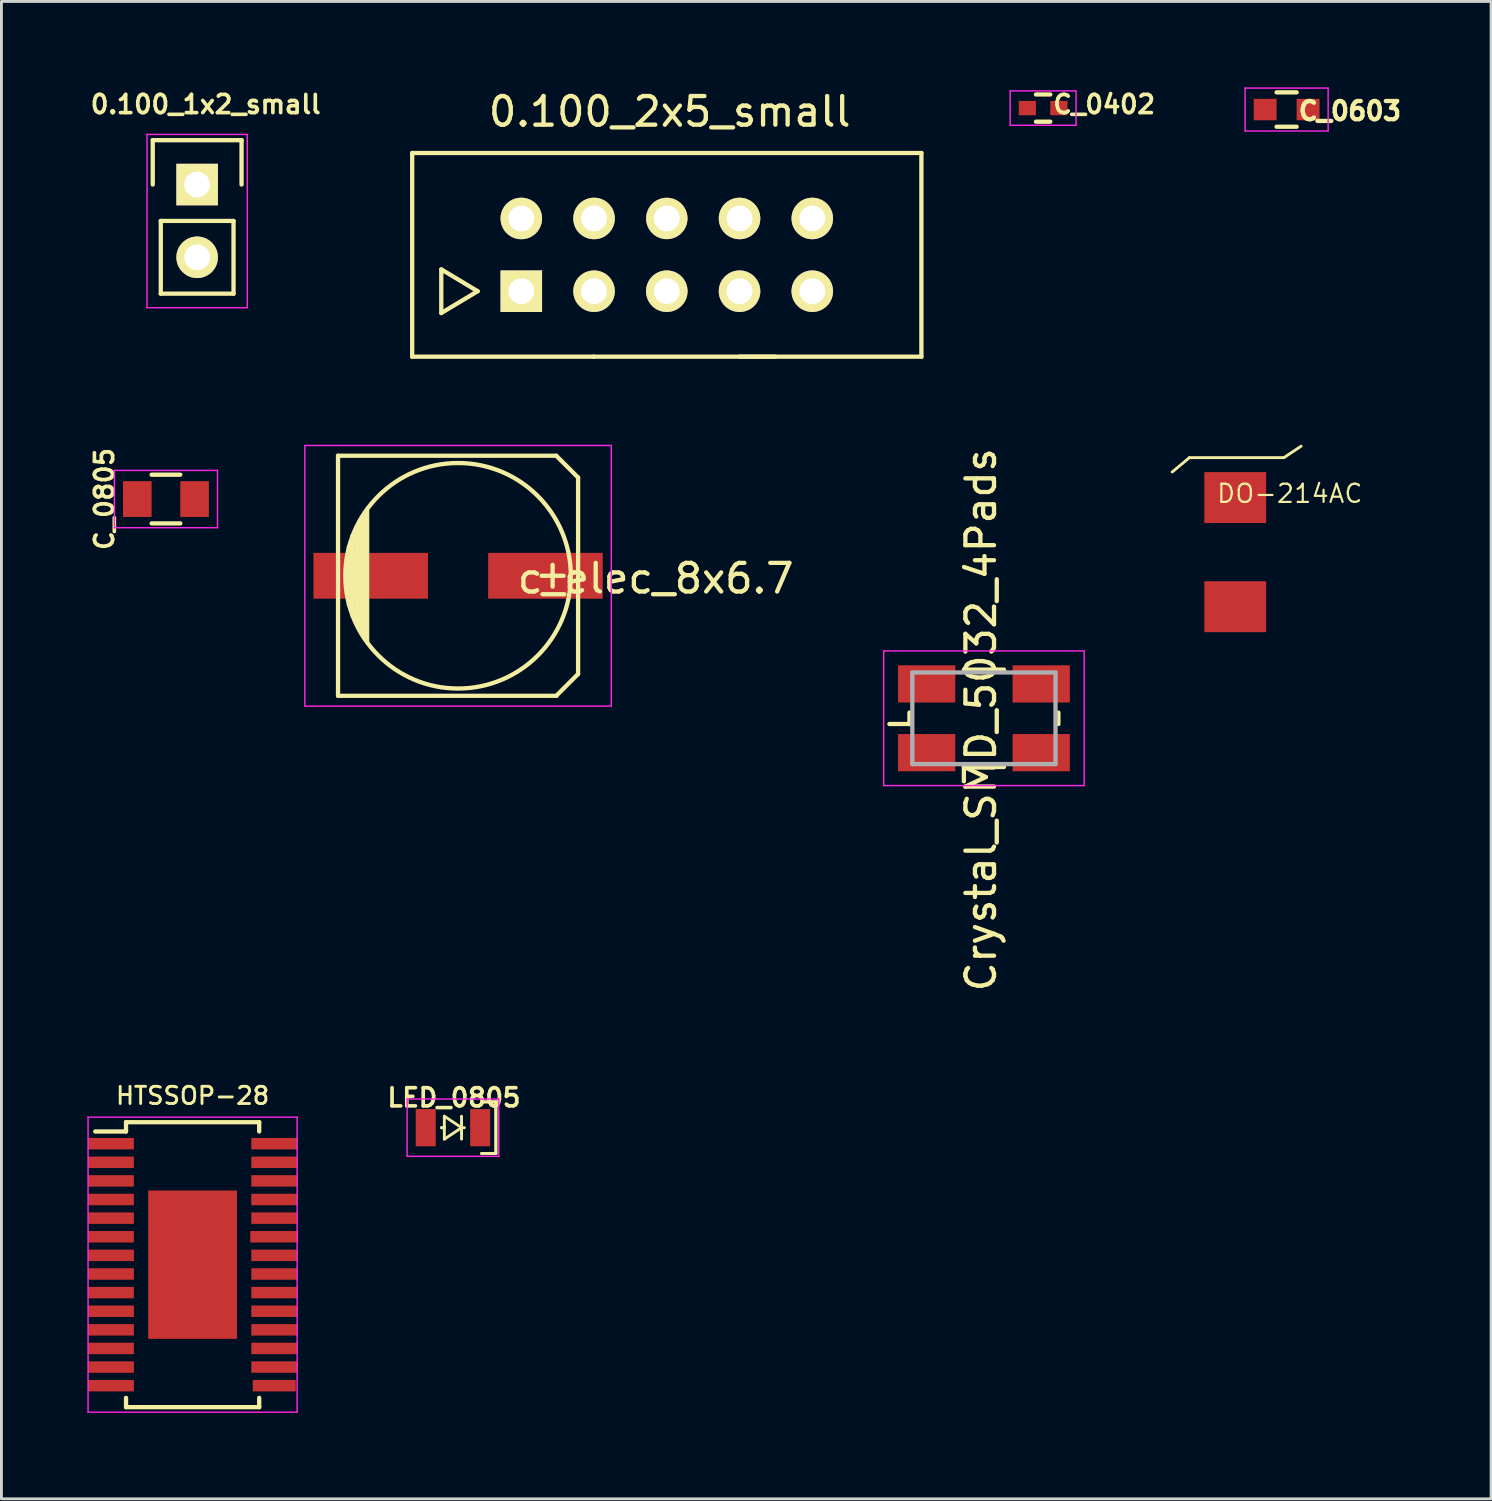
<source format=kicad_pcb>
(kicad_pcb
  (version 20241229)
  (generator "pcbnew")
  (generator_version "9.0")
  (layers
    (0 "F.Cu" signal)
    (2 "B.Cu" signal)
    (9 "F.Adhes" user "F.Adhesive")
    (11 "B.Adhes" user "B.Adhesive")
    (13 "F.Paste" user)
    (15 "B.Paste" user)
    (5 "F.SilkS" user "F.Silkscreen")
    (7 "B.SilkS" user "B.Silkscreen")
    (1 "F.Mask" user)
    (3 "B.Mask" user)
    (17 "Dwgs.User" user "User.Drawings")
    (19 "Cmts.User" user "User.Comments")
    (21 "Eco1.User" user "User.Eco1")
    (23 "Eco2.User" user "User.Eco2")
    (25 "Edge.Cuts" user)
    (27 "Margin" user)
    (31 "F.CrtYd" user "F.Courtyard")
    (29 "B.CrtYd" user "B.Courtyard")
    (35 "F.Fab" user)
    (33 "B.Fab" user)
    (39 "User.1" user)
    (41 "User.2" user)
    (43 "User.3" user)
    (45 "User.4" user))
  (footprint "c_elec_8x6.7"
    (layer "F.Cu")
    (at 12.944 17.054)
    (property "Reference" "c_elec_8x6.7" (at 6.901 0.094 0) (layer "F.SilkS") (effects (font (size 1 1) (thickness 0.15))))
    (attr smd)
    (fp_line (start -4.191 -4.191) (end -4.191 4.191) (stroke (width 0.15) (type solid)) (layer "F.SilkS"))
    (fp_line (start -4.191 4.191) (end 3.429 4.191) (stroke (width 0.15) (type solid)) (layer "F.SilkS"))
    (fp_line (start -3.81 -1.016) (end -3.81 1.016) (stroke (width 0.15) (type solid)) (layer "F.SilkS"))
    (fp_line (start -3.683 1.397) (end -3.683 -1.397) (stroke (width 0.15) (type solid)) (layer "F.SilkS"))
    (fp_line (start -3.556 -1.651) (end -3.556 1.651) (stroke (width 0.15) (type solid)) (layer "F.SilkS"))
    (fp_line (start -3.429 1.905) (end -3.429 -1.905) (stroke (width 0.15) (type solid)) (layer "F.SilkS"))
    (fp_line (start -3.302 2.032) (end -3.302 -2.032) (stroke (width 0.15) (type solid)) (layer "F.SilkS"))
    (fp_line (start -3.175 -2.286) (end -3.175 2.286) (stroke (width 0.15) (type solid)) (layer "F.SilkS"))
    (fp_line (start 3.302 -0.381) (end 3.302 0.381) (stroke (width 0.15) (type solid)) (layer "F.SilkS"))
    (fp_line (start 3.429 -4.191) (end -4.191 -4.191) (stroke (width 0.15) (type solid)) (layer "F.SilkS"))
    (fp_line (start 3.429 4.191) (end 4.191 3.429) (stroke (width 0.15) (type solid)) (layer "F.SilkS"))
    (fp_line (start 3.683 0) (end 2.921 0) (stroke (width 0.15) (type solid)) (layer "F.SilkS"))
    (fp_line (start 4.191 -3.429) (end 3.429 -4.191) (stroke (width 0.15) (type solid)) (layer "F.SilkS"))
    (fp_line (start 4.191 3.429) (end 4.191 -3.429) (stroke (width 0.15) (type solid)) (layer "F.SilkS"))
    (fp_circle (center 0 0) (end 3.937 0) (stroke (width 0.15) (type solid)) (fill no) (layer "F.SilkS"))
    (fp_line (start -5.35 -4.55) (end 5.35 -4.55) (stroke (width 0.05) (type solid)) (layer "F.CrtYd"))
    (fp_line (start -5.35 4.55) (end -5.35 -4.55) (stroke (width 0.05) (type solid)) (layer "F.CrtYd"))
    (fp_line (start 5.35 -4.55) (end 5.35 4.55) (stroke (width 0.05) (type solid)) (layer "F.CrtYd"))
    (fp_line (start 5.35 4.55) (end -5.35 4.55) (stroke (width 0.05) (type solid)) (layer "F.CrtYd"))
    (pad "1" smd rect (at 3.051 0) (size 4 1.6) (layers "F.Cu" "F.Mask" "F.Paste"))
    (pad "2" smd rect (at -3.051 0) (size 4 1.6) (layers "F.Cu" "F.Mask" "F.Paste")))
  (footprint "LED_0805"
    (layer "F.Cu")
    (at 12.765 36.325)
    (property "Reference" "LED_0805" (at 0.036 -1.049 180) (layer "F.SilkS") (effects (font (size 0.635 0.635) (thickness 0.127))))
    (attr smd)
    (fp_line (start -0.4 0) (end -0.3 0) (stroke (width 0.1) (type solid)) (layer "F.SilkS"))
    (fp_line (start -0.3 0) (end -0.4 0) (stroke (width 0.1) (type solid)) (layer "F.SilkS"))
    (fp_line (start -0.3 0.4) (end -0.3 -0.4) (stroke (width 0.1) (type solid)) (layer "F.SilkS"))
    (fp_line (start -0.3 0.4) (end 0.3 0) (stroke (width 0.1) (type solid)) (layer "F.SilkS"))
    (fp_line (start 0.3 -0.4) (end 0.3 0.4) (stroke (width 0.1) (type solid)) (layer "F.SilkS"))
    (fp_line (start 0.3 0) (end -0.3 -0.4) (stroke (width 0.1) (type solid)) (layer "F.SilkS"))
    (fp_line (start 0.3 0) (end 0.4 0) (stroke (width 0.1) (type solid)) (layer "F.SilkS"))
    (fp_line (start 1 0.9) (end 1.5 0.9) (stroke (width 0.1) (type solid)) (layer "F.SilkS"))
    (fp_line (start 1.1 -0.9) (end 1.5 -0.9) (stroke (width 0.1) (type solid)) (layer "F.SilkS"))
    (fp_line (start 1.5 -0.9) (end 1 -0.9) (stroke (width 0.1) (type solid)) (layer "F.SilkS"))
    (fp_line (start 1.5 -0.9) (end 1.5 0.9) (stroke (width 0.1) (type solid)) (layer "F.SilkS"))
    (fp_line (start 1.5 0.9) (end 1 0.9) (stroke (width 0.1) (type solid)) (layer "F.SilkS"))
    (fp_line (start 1.5 0.9) (end 1.5 -0.9) (stroke (width 0.1) (type solid)) (layer "F.SilkS"))
    (fp_line (start -1.6 -1) (end -1.6 1) (stroke (width 0.05) (type solid)) (layer "F.CrtYd"))
    (fp_line (start -1.6 -1) (end 1.6 -1) (stroke (width 0.05) (type solid)) (layer "F.CrtYd"))
    (fp_line (start -1.6 1) (end 1.6 1) (stroke (width 0.05) (type solid)) (layer "F.CrtYd"))
    (fp_line (start 1.6 -1) (end 1.6 1) (stroke (width 0.05) (type solid)) (layer "F.CrtYd"))
    (pad "1" smd rect (at 0.95 0) (size 0.7 1.3) (layers "F.Cu" "F.Mask" "F.Paste"))
    (pad "2" smd rect (at -0.95 0) (size 0.7 1.3) (layers "F.Cu" "F.Mask" "F.Paste")))
  (footprint "0.100_2x5_small"
    (layer "F.Cu")
    (at 20.232 5.848)
    (property "Reference" "0.100_2x5_small" (at 0.1 -5 0) (layer "F.SilkS") (effects (font (size 1 1) (thickness 0.15))))
    (attr through_hole)
    (fp_line (start -8.89 -3.556) (end 8.89 -3.556) (stroke (width 0.15) (type solid)) (layer "F.SilkS"))
    (fp_line (start -8.89 3.556) (end -8.89 -3.556) (stroke (width 0.15) (type solid)) (layer "F.SilkS"))
    (fp_line (start -7.874 0.508) (end -7.874 2.032) (stroke (width 0.15) (type solid)) (layer "F.SilkS"))
    (fp_line (start -7.874 2.032) (end -6.604 1.27) (stroke (width 0.15) (type solid)) (layer "F.SilkS"))
    (fp_line (start -6.604 1.27) (end -7.874 0.508) (stroke (width 0.15) (type solid)) (layer "F.SilkS"))
    (fp_line (start -2.54 3.556) (end -8.89 3.556) (stroke (width 0.15) (type solid)) (layer "F.SilkS"))
    (fp_line (start 3.79 3.556) (end -2.56 3.556) (stroke (width 0.15) (type solid)) (layer "F.SilkS"))
    (fp_line (start 8.89 3.556) (end 2.54 3.556) (stroke (width 0.15) (type solid)) (layer "F.SilkS"))
    (fp_line (start 8.89 3.556) (end 8.89 -3.556) (stroke (width 0.15) (type solid)) (layer "F.SilkS"))
    (pad "1" thru_hole rect (at -5.08 1.27) (size 1.45 1.45) (drill 0.9) (layers "*.Cu" "*.Mask" "F.SilkS"))
    (pad "2" thru_hole circle (at -5.08 -1.27) (size 1.45 1.45) (drill 0.9) (layers "*.Cu" "*.Mask" "F.SilkS"))
    (pad "3" thru_hole circle (at -2.54 1.27) (size 1.45 1.45) (drill 0.9) (layers "*.Cu" "*.Mask" "F.SilkS"))
    (pad "4" thru_hole circle (at -2.54 -1.27) (size 1.45 1.45) (drill 0.9) (layers "*.Cu" "*.Mask" "F.SilkS"))
    (pad "5" thru_hole circle (at 0 1.27) (size 1.45 1.45) (drill 0.9) (layers "*.Cu" "*.Mask" "F.SilkS"))
    (pad "6" thru_hole circle (at 0 -1.27) (size 1.445 1.445) (drill 0.9) (layers "*.Cu" "*.Mask" "F.SilkS"))
    (pad "7" thru_hole circle (at 2.54 1.27) (size 1.45 1.45) (drill 0.9) (layers "*.Cu" "*.Mask" "F.SilkS"))
    (pad "8" thru_hole circle (at 2.54 -1.27) (size 1.45 1.45) (drill 0.9) (layers "*.Cu" "*.Mask" "F.SilkS"))
    (pad "9" thru_hole circle (at 5.08 1.27) (size 1.45 1.45) (drill 0.9) (layers "*.Cu" "*.Mask" "F.SilkS"))
    (pad "10" thru_hole circle (at 5.08 -1.27) (size 1.45 1.45) (drill 0.9) (layers "*.Cu" "*.Mask" "F.SilkS")))
  (footprint "Crystal_SMD_5032_4Pads"
    (layer "F.Cu")
    (at 31.305 22.03)
    (property "Reference" "Crystal_SMD_5032_4Pads" (at -0.102 0.051 90) (layer "F.SilkS") (effects (font (size 1 1) (thickness 0.15))))
    (attr smd)
    (fp_line (start -2.6 0.2) (end -3.3 0.2) (stroke (width 0.15) (type solid)) (layer "F.SilkS"))
    (fp_line (start -2.6 0.2) (end -2.6 -0.2) (stroke (width 0.15) (type solid)) (layer "F.SilkS"))
    (fp_line (start -0.701 -1.7) (end 0.701 -1.7) (stroke (width 0.15) (type solid)) (layer "F.SilkS"))
    (fp_line (start -0.7 1.7) (end -0.7 2.2) (stroke (width 0.15) (type solid)) (layer "F.SilkS"))
    (fp_line (start 0.702 1.7) (end -0.7 1.7) (stroke (width 0.15) (type solid)) (layer "F.SilkS"))
    (fp_line (start 2.6 0.2) (end 2.6 -0.2) (stroke (width 0.15) (type solid)) (layer "F.SilkS"))
    (fp_line (start -3.5 -2.35) (end -3.5 2.35) (stroke (width 0.05) (type solid)) (layer "F.CrtYd"))
    (fp_line (start -3.5 2.35) (end 3.5 2.35) (stroke (width 0.05) (type solid)) (layer "F.CrtYd"))
    (fp_line (start 3.5 -2.35) (end -3.5 -2.35) (stroke (width 0.05) (type solid)) (layer "F.CrtYd"))
    (fp_line (start 3.5 2.35) (end 3.5 -2.35) (stroke (width 0.05) (type solid)) (layer "F.CrtYd"))
    (fp_line (start -2.5 -1.6) (end -2.5 1.6) (stroke (width 0.15) (type solid)) (layer "F.Fab"))
    (fp_line (start -2.5 1.6) (end 2.5 1.6) (stroke (width 0.15) (type solid)) (layer "F.Fab"))
    (fp_line (start 2.5 -1.6) (end -2.5 -1.6) (stroke (width 0.15) (type solid)) (layer "F.Fab"))
    (fp_line (start 2.5 1.6) (end 2.5 -1.6) (stroke (width 0.15) (type solid)) (layer "F.Fab"))
    (pad "1" smd rect (at -2 1.2) (size 2 1.3) (layers "F.Cu" "F.Mask" "F.Paste"))
    (pad "2" smd rect (at 2 -1.2) (size 2 1.3) (layers "F.Cu" "F.Mask" "F.Paste"))
    (pad "3" smd rect (at -2 -1.2) (size 2 1.3) (layers "F.Cu" "F.Mask" "F.Paste"))
    (pad "3" smd rect (at 2 1.2) (size 2 1.3) (layers "F.Cu" "F.Mask" "F.Paste")))
  (footprint "HTSSOP-28"
    (layer "F.Cu")
    (at 3.675 41.108)
    (property "Reference" "HTSSOP-28" (at 0 -5.9 0) (layer "F.SilkS") (effects (font (size 0.6 0.6) (thickness 0.1))))
    (attr smd)
    (fp_line (start -2.325 -4.975) (end -2.325 -4.65) (stroke (width 0.15) (type solid)) (layer "F.SilkS"))
    (fp_line (start -2.325 -4.975) (end 2.325 -4.975) (stroke (width 0.15) (type solid)) (layer "F.SilkS"))
    (fp_line (start -2.325 -4.65) (end -3.4 -4.65) (stroke (width 0.15) (type solid)) (layer "F.SilkS"))
    (fp_line (start -2.325 4.975) (end -2.325 4.65) (stroke (width 0.15) (type solid)) (layer "F.SilkS"))
    (fp_line (start -2.325 4.975) (end 2.325 4.975) (stroke (width 0.15) (type solid)) (layer "F.SilkS"))
    (fp_line (start 2.325 -4.975) (end 2.325 -4.65) (stroke (width 0.15) (type solid)) (layer "F.SilkS"))
    (fp_line (start 2.325 4.975) (end 2.325 4.65) (stroke (width 0.15) (type solid)) (layer "F.SilkS"))
    (fp_line (start -3.65 -5.15) (end -3.65 5.15) (stroke (width 0.05) (type solid)) (layer "F.CrtYd"))
    (fp_line (start -3.65 -5.15) (end 3.65 -5.15) (stroke (width 0.05) (type solid)) (layer "F.CrtYd"))
    (fp_line (start -3.65 5.15) (end 3.65 5.15) (stroke (width 0.05) (type solid)) (layer "F.CrtYd"))
    (fp_line (start 3.65 -5.15) (end 3.65 5.15) (stroke (width 0.05) (type solid)) (layer "F.CrtYd"))
    (pad "1" smd rect (at -2.85 -4.225) (size 1.6 0.4) (layers "F.Cu" "F.Mask" "F.Paste"))
    (pad "2" smd rect (at -2.85 -3.575) (size 1.6 0.4) (layers "F.Cu" "F.Mask" "F.Paste"))
    (pad "3" smd rect (at -2.85 -2.925) (size 1.6 0.4) (layers "F.Cu" "F.Mask" "F.Paste"))
    (pad "4" smd rect (at -2.85 -2.275) (size 1.6 0.4) (layers "F.Cu" "F.Mask" "F.Paste"))
    (pad "5" smd rect (at -2.85 -1.625) (size 1.6 0.4) (layers "F.Cu" "F.Mask" "F.Paste"))
    (pad "6" smd rect (at -2.85 -0.975) (size 1.6 0.4) (layers "F.Cu" "F.Mask" "F.Paste"))
    (pad "7" smd rect (at -2.85 -0.325) (size 1.6 0.4) (layers "F.Cu" "F.Mask" "F.Paste"))
    (pad "8" smd rect (at -2.85 0.325) (size 1.6 0.4) (layers "F.Cu" "F.Mask" "F.Paste"))
    (pad "9" smd rect (at -2.85 0.975) (size 1.6 0.4) (layers "F.Cu" "F.Mask" "F.Paste"))
    (pad "10" smd rect (at -2.85 1.625) (size 1.6 0.4) (layers "F.Cu" "F.Mask" "F.Paste"))
    (pad "11" smd rect (at -2.85 2.275) (size 1.6 0.4) (layers "F.Cu" "F.Mask" "F.Paste"))
    (pad "12" smd rect (at -2.85 2.925) (size 1.6 0.4) (layers "F.Cu" "F.Mask" "F.Paste"))
    (pad "13" smd rect (at -2.85 3.575) (size 1.6 0.4) (layers "F.Cu" "F.Mask" "F.Paste"))
    (pad "14" smd rect (at -2.85 4.225) (size 1.6 0.4) (layers "F.Cu" "F.Mask" "F.Paste"))
    (pad "15" smd rect (at 2.85 4.225) (size 1.5 0.4) (layers "F.Cu" "F.Mask" "F.Paste"))
    (pad "16" smd rect (at 2.85 3.575) (size 1.6 0.4) (layers "F.Cu" "F.Mask" "F.Paste"))
    (pad "17" smd rect (at 2.85 2.925) (size 1.6 0.4) (layers "F.Cu" "F.Mask" "F.Paste"))
    (pad "18" smd rect (at 2.85 2.275) (size 1.6 0.4) (layers "F.Cu" "F.Mask" "F.Paste"))
    (pad "19" smd rect (at 2.85 1.625) (size 1.6 0.4) (layers "F.Cu" "F.Mask" "F.Paste"))
    (pad "20" smd rect (at 2.85 0.975) (size 1.6 0.4) (layers "F.Cu" "F.Mask" "F.Paste"))
    (pad "21" smd rect (at 2.85 0.325) (size 1.6 0.4) (layers "F.Cu" "F.Mask" "F.Paste"))
    (pad "22" smd rect (at 2.85 -0.325) (size 1.6 0.4) (layers "F.Cu" "F.Mask" "F.Paste"))
    (pad "23" smd rect (at 2.85 -0.975) (size 1.67 0.4) (layers "F.Cu" "F.Mask" "F.Paste"))
    (pad "24" smd rect (at 2.85 -1.625) (size 1.6 0.4) (layers "F.Cu" "F.Mask" "F.Paste"))
    (pad "25" smd rect (at 2.85 -2.275) (size 1.6 0.4) (layers "F.Cu" "F.Mask" "F.Paste"))
    (pad "26" smd rect (at 2.85 -2.925) (size 1.6 0.4) (layers "F.Cu" "F.Mask" "F.Paste"))
    (pad "27" smd rect (at 2.85 -3.575) (size 1.6 0.4) (layers "F.Cu" "F.Mask" "F.Paste"))
    (pad "28" smd rect (at 2.85 -4.225) (size 1.6 0.4) (layers "F.Cu" "F.Mask" "F.Paste"))
    (pad "29" smd rect (at 0 0) (size 3.1 5.18) (layers "F.Cu" "F.Mask" "F.Paste")))
  (footprint "0.100_1x2_small"
    (layer "F.Cu")
    (at 3.834 3.394)
    (property "Reference" "0.100_1x2_small" (at 0.3 -2.8 0) (layer "F.SilkS") (effects (font (size 0.635 0.635) (thickness 0.127))))
    (attr through_hole)
    (fp_line (start -1.55 -1.55) (end 1.55 -1.55) (stroke (width 0.15) (type solid)) (layer "F.SilkS"))
    (fp_line (start -1.55 0) (end -1.55 -1.55) (stroke (width 0.15) (type solid)) (layer "F.SilkS"))
    (fp_line (start -1.27 1.27) (end -1.27 3.81) (stroke (width 0.15) (type solid)) (layer "F.SilkS"))
    (fp_line (start -1.27 3.81) (end 1.27 3.81) (stroke (width 0.15) (type solid)) (layer "F.SilkS"))
    (fp_line (start 1.27 1.27) (end -1.27 1.27) (stroke (width 0.15) (type solid)) (layer "F.SilkS"))
    (fp_line (start 1.27 1.27) (end 1.27 3.81) (stroke (width 0.15) (type solid)) (layer "F.SilkS"))
    (fp_line (start 1.55 -1.55) (end 1.55 0) (stroke (width 0.15) (type solid)) (layer "F.SilkS"))
    (fp_line (start -1.75 -1.75) (end -1.75 4.3) (stroke (width 0.05) (type solid)) (layer "F.CrtYd"))
    (fp_line (start -1.75 -1.75) (end 1.75 -1.75) (stroke (width 0.05) (type solid)) (layer "F.CrtYd"))
    (fp_line (start -1.75 4.3) (end 1.75 4.3) (stroke (width 0.05) (type solid)) (layer "F.CrtYd"))
    (fp_line (start 1.75 -1.75) (end 1.75 4.3) (stroke (width 0.05) (type solid)) (layer "F.CrtYd"))
    (pad "1" thru_hole rect (at 0 0) (size 1.45 1.45) (drill 0.9) (layers "*.Cu" "*.Mask" "F.SilkS"))
    (pad "2" thru_hole circle (at 0 2.54) (size 1.45 1.45) (drill 0.9) (layers "*.Cu" "*.Mask" "F.SilkS")))
  (footprint "C_0402"
    (layer "F.Cu")
    (at 33.372 0.724)
    (property "Reference" "C_0402" (at 2.131 -0.13 0) (layer "F.SilkS") (effects (font (size 0.635 0.635) (thickness 0.127))))
    (attr smd)
    (fp_line (start -0.25 0.475) (end 0.25 0.475) (stroke (width 0.15) (type solid)) (layer "F.SilkS"))
    (fp_line (start 0.25 -0.475) (end -0.25 -0.475) (stroke (width 0.15) (type solid)) (layer "F.SilkS"))
    (fp_line (start -1.15 -0.6) (end -1.15 0.6) (stroke (width 0.05) (type solid)) (layer "F.CrtYd"))
    (fp_line (start -1.15 -0.6) (end 1.15 -0.6) (stroke (width 0.05) (type solid)) (layer "F.CrtYd"))
    (fp_line (start -1.15 0.6) (end 1.15 0.6) (stroke (width 0.05) (type solid)) (layer "F.CrtYd"))
    (fp_line (start 1.15 -0.6) (end 1.15 0.6) (stroke (width 0.05) (type solid)) (layer "F.CrtYd"))
    (pad "1" smd rect (at -0.55 0) (size 0.6 0.5) (layers "F.Cu" "F.Mask" "F.Paste"))
    (pad "2" smd rect (at 0.55 0) (size 0.6 0.5) (layers "F.Cu" "F.Mask" "F.Paste")))
  (footprint "C_0603"
    (layer "F.Cu")
    (at 41.874 0.775)
    (property "Reference" "C_0603" (at 2.21 0.051 0) (layer "F.SilkS") (effects (font (size 0.635 0.635) (thickness 0.15))))
    (attr smd)
    (fp_line (start -0.35 -0.6) (end 0.35 -0.6) (stroke (width 0.15) (type solid)) (layer "F.SilkS"))
    (fp_line (start 0.35 0.6) (end -0.35 0.6) (stroke (width 0.15) (type solid)) (layer "F.SilkS"))
    (fp_line (start -1.45 -0.75) (end -1.45 0.75) (stroke (width 0.05) (type solid)) (layer "F.CrtYd"))
    (fp_line (start -1.45 -0.75) (end 1.45 -0.75) (stroke (width 0.05) (type solid)) (layer "F.CrtYd"))
    (fp_line (start -1.45 0.75) (end 1.45 0.75) (stroke (width 0.05) (type solid)) (layer "F.CrtYd"))
    (fp_line (start 1.45 -0.75) (end 1.45 0.75) (stroke (width 0.05) (type solid)) (layer "F.CrtYd"))
    (pad "1" smd rect (at -0.75 0) (size 0.8 0.75) (layers "F.Cu" "F.Mask" "F.Paste"))
    (pad "2" smd rect (at 0.75 0) (size 0.8 0.75) (layers "F.Cu" "F.Mask" "F.Paste")))
  (footprint "DO-214AC"
    (layer "F.Cu")
    (at 40.08 16.229)
    (property "Reference" "DO-214AC" (at 1.905 -2.045 180) (layer "F.SilkS") (effects (font (size 0.635 0.635) (thickness 0.076))))
    (attr through_hole)
    (fp_line (start -2.2 -2.8) (end -1.6 -3.3) (stroke (width 0.1) (type solid)) (layer "F.SilkS"))
    (fp_line (start -1.6 -3.3) (end 1.7 -3.3) (stroke (width 0.1) (type solid)) (layer "F.SilkS"))
    (fp_line (start 1.7 -3.3) (end 2.3 -3.7) (stroke (width 0.1) (type solid)) (layer "F.SilkS"))
    (pad "A" smd rect (at 0 1.905) (size 2.159 1.778) (layers "F.Cu" "F.Mask" "F.Paste"))
    (pad "C" smd rect (at 0 -1.905) (size 2.159 1.778) (layers "F.Cu" "F.Mask" "F.Paste")))
  (footprint "C_0805"
    (layer "F.Cu")
    (at 2.744 14.375)
    (property "Reference" "C_0805" (at -2.15 0 90) (layer "F.SilkS") (effects (font (size 0.635 0.635) (thickness 0.127))))
    (attr smd)
    (fp_line (start -0.5 0.85) (end 0.5 0.85) (stroke (width 0.15) (type solid)) (layer "F.SilkS"))
    (fp_line (start 0.5 -0.85) (end -0.5 -0.85) (stroke (width 0.15) (type solid)) (layer "F.SilkS"))
    (fp_line (start -1.8 -1) (end -1.8 1) (stroke (width 0.05) (type solid)) (layer "F.CrtYd"))
    (fp_line (start -1.8 -1) (end 1.8 -1) (stroke (width 0.05) (type solid)) (layer "F.CrtYd"))
    (fp_line (start -1.8 1) (end 1.8 1) (stroke (width 0.05) (type solid)) (layer "F.CrtYd"))
    (fp_line (start 1.8 -1) (end 1.8 1) (stroke (width 0.05) (type solid)) (layer "F.CrtYd"))
    (pad "1" smd rect (at -1 0) (size 1 1.25) (layers "F.Cu" "F.Mask" "F.Paste"))
    (pad "2" smd rect (at 1 0) (size 1 1.25) (layers "F.Cu" "F.Mask" "F.Paste")))
  (gr_rect
    (start -3 -3)
    (end 49.014 49.283)
    (stroke (width 0.1) (type default))
    (fill no)
    (layer "Edge.Cuts")))
</source>
